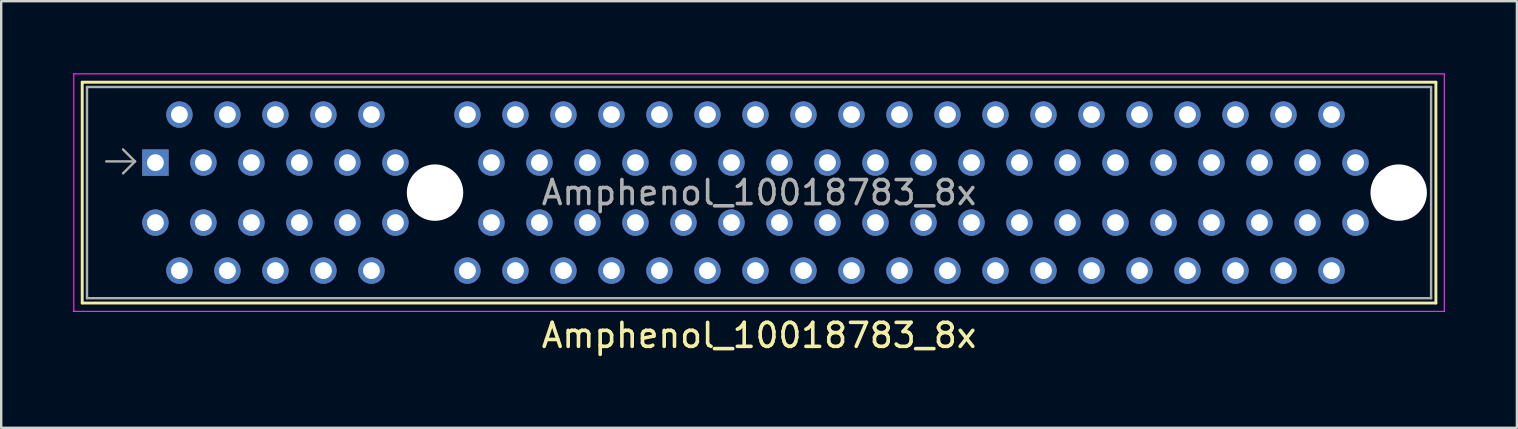
<source format=kicad_pcb>
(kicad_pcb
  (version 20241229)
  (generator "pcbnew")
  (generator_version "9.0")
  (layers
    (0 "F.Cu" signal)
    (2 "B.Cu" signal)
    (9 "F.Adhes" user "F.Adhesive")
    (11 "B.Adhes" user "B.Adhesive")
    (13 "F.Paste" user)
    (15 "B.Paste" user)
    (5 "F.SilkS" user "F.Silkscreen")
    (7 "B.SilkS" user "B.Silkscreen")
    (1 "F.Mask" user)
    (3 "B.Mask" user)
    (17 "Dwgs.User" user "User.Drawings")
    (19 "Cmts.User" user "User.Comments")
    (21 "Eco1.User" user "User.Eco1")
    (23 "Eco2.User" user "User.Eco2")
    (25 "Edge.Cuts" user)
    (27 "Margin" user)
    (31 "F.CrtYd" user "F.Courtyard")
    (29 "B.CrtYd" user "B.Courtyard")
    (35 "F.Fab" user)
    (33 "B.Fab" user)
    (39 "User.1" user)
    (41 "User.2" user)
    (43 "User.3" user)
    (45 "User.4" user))
  (footprint "Amphenol_10018783_8x"
    (layer "F.Cu")
    (at 3.425 3.725)
    (property "Reference" "Amphenol_10018783_8x" (at 25.15 7.2 0) (layer "F.SilkS") (effects (font (size 1 1) (thickness 0.15))))
    (attr through_hole)
    (fp_line (start -3.05 -3.35) (end -3.05 5.85) (stroke (width 0.12) (type solid)) (layer "F.SilkS"))
    (fp_line (start -3.05 5.85) (end 53.35 5.85) (stroke (width 0.12) (type solid)) (layer "F.SilkS"))
    (fp_line (start 53.35 -3.35) (end -3.05 -3.35) (stroke (width 0.12) (type solid)) (layer "F.SilkS"))
    (fp_line (start 53.35 5.85) (end 53.35 -3.35) (stroke (width 0.12) (type solid)) (layer "F.SilkS"))
    (fp_line (start -3.4 -3.7) (end -3.4 6.2) (stroke (width 0.05) (type solid)) (layer "F.CrtYd"))
    (fp_line (start -3.4 6.2) (end 53.7 6.2) (stroke (width 0.05) (type solid)) (layer "F.CrtYd"))
    (fp_line (start 53.7 -3.7) (end -3.4 -3.7) (stroke (width 0.05) (type solid)) (layer "F.CrtYd"))
    (fp_line (start 53.7 6.2) (end 53.7 -3.7) (stroke (width 0.05) (type solid)) (layer "F.CrtYd"))
    (fp_line (start -2.85 -3.15) (end -2.85 5.65) (stroke (width 0.1) (type solid)) (layer "F.Fab"))
    (fp_line (start -0.85 -0.05) (end -2.05 -0.05) (stroke (width 0.1) (type solid)) (layer "F.Fab"))
    (fp_line (start -0.85 -0.05) (end -1.35 -0.55) (stroke (width 0.1) (type solid)) (layer "F.Fab"))
    (fp_line (start -0.85 -0.05) (end -1.35 0.45) (stroke (width 0.1) (type solid)) (layer "F.Fab"))
    (fp_line (start 53.15 -3.15) (end -2.85 -3.15) (stroke (width 0.1) (type solid)) (layer "F.Fab"))
    (fp_line (start 53.15 -3.15) (end 53.15 5.65) (stroke (width 0.1) (type solid)) (layer "F.Fab"))
    (fp_line (start 53.15 5.65) (end -2.85 5.65) (stroke (width 0.1) (type solid)) (layer "F.Fab"))
    (fp_text user "${REFERENCE}" (at 25.15 1.25 0) (layer "F.Fab") (effects (font (size 1 1) (thickness 0.15))))
    (pad "" np_thru_hole circle (at 11.65 1.25) (size 2.35 2.35) (drill 2.35) (layers "*.Cu" "*.Mask"))
    (pad "" np_thru_hole circle (at 51.8 1.25) (size 2.35 2.35) (drill 2.35) (layers "*.Cu" "*.Mask"))
    (pad "A1" thru_hole rect (at 0 0) (size 1.1 1.1) (drill 0.7) (layers "*.Cu" "*.Mask"))
    (pad "A2" thru_hole circle (at 1 -2) (size 1.1 1.1) (drill 0.7) (layers "*.Cu" "*.Mask"))
    (pad "A3" thru_hole circle (at 2 0) (size 1.1 1.1) (drill 0.7) (layers "*.Cu" "*.Mask"))
    (pad "A4" thru_hole circle (at 3 -2) (size 1.1 1.1) (drill 0.7) (layers "*.Cu" "*.Mask"))
    (pad "A5" thru_hole circle (at 4 0) (size 1.1 1.1) (drill 0.7) (layers "*.Cu" "*.Mask"))
    (pad "A6" thru_hole circle (at 5 -2) (size 1.1 1.1) (drill 0.7) (layers "*.Cu" "*.Mask"))
    (pad "A7" thru_hole circle (at 6 0) (size 1.1 1.1) (drill 0.7) (layers "*.Cu" "*.Mask"))
    (pad "A8" thru_hole circle (at 7 -2) (size 1.1 1.1) (drill 0.7) (layers "*.Cu" "*.Mask"))
    (pad "A9" thru_hole circle (at 8 0) (size 1.1 1.1) (drill 0.7) (layers "*.Cu" "*.Mask"))
    (pad "A10" thru_hole circle (at 9 -2) (size 1.1 1.1) (drill 0.7) (layers "*.Cu" "*.Mask"))
    (pad "A11" thru_hole circle (at 10 0) (size 1.1 1.1) (drill 0.7) (layers "*.Cu" "*.Mask"))
    (pad "A12" thru_hole circle (at 13 -2) (size 1.1 1.1) (drill 0.7) (layers "*.Cu" "*.Mask"))
    (pad "A13" thru_hole circle (at 14 0) (size 1.1 1.1) (drill 0.7) (layers "*.Cu" "*.Mask"))
    (pad "A14" thru_hole circle (at 15 -2) (size 1.1 1.1) (drill 0.7) (layers "*.Cu" "*.Mask"))
    (pad "A15" thru_hole circle (at 16 0) (size 1.1 1.1) (drill 0.7) (layers "*.Cu" "*.Mask"))
    (pad "A16" thru_hole circle (at 17 -2) (size 1.1 1.1) (drill 0.7) (layers "*.Cu" "*.Mask"))
    (pad "A17" thru_hole circle (at 18 0) (size 1.1 1.1) (drill 0.7) (layers "*.Cu" "*.Mask"))
    (pad "A18" thru_hole circle (at 19 -2) (size 1.1 1.1) (drill 0.7) (layers "*.Cu" "*.Mask"))
    (pad "A19" thru_hole circle (at 20 0) (size 1.1 1.1) (drill 0.7) (layers "*.Cu" "*.Mask"))
    (pad "A20" thru_hole circle (at 21 -2) (size 1.1 1.1) (drill 0.7) (layers "*.Cu" "*.Mask"))
    (pad "A21" thru_hole circle (at 22 0) (size 1.1 1.1) (drill 0.7) (layers "*.Cu" "*.Mask"))
    (pad "A22" thru_hole circle (at 23 -2) (size 1.1 1.1) (drill 0.7) (layers "*.Cu" "*.Mask"))
    (pad "A23" thru_hole circle (at 24 0) (size 1.1 1.1) (drill 0.7) (layers "*.Cu" "*.Mask"))
    (pad "A24" thru_hole circle (at 25 -2) (size 1.1 1.1) (drill 0.7) (layers "*.Cu" "*.Mask"))
    (pad "A25" thru_hole circle (at 26 0) (size 1.1 1.1) (drill 0.7) (layers "*.Cu" "*.Mask"))
    (pad "A26" thru_hole circle (at 27 -2) (size 1.1 1.1) (drill 0.7) (layers "*.Cu" "*.Mask"))
    (pad "A27" thru_hole circle (at 28 0) (size 1.1 1.1) (drill 0.7) (layers "*.Cu" "*.Mask"))
    (pad "A28" thru_hole circle (at 29 -2) (size 1.1 1.1) (drill 0.7) (layers "*.Cu" "*.Mask"))
    (pad "A29" thru_hole circle (at 30 0) (size 1.1 1.1) (drill 0.7) (layers "*.Cu" "*.Mask"))
    (pad "A30" thru_hole circle (at 31 -2) (size 1.1 1.1) (drill 0.7) (layers "*.Cu" "*.Mask"))
    (pad "A31" thru_hole circle (at 32 0) (size 1.1 1.1) (drill 0.7) (layers "*.Cu" "*.Mask"))
    (pad "A32" thru_hole circle (at 33 -2) (size 1.1 1.1) (drill 0.7) (layers "*.Cu" "*.Mask"))
    (pad "A33" thru_hole circle (at 34 0) (size 1.1 1.1) (drill 0.7) (layers "*.Cu" "*.Mask"))
    (pad "A34" thru_hole circle (at 35 -2) (size 1.1 1.1) (drill 0.7) (layers "*.Cu" "*.Mask"))
    (pad "A35" thru_hole circle (at 36 0) (size 1.1 1.1) (drill 0.7) (layers "*.Cu" "*.Mask"))
    (pad "A36" thru_hole circle (at 37 -2) (size 1.1 1.1) (drill 0.7) (layers "*.Cu" "*.Mask"))
    (pad "A37" thru_hole circle (at 38 0) (size 1.1 1.1) (drill 0.7) (layers "*.Cu" "*.Mask"))
    (pad "A38" thru_hole circle (at 39 -2) (size 1.1 1.1) (drill 0.7) (layers "*.Cu" "*.Mask"))
    (pad "A39" thru_hole circle (at 40 0) (size 1.1 1.1) (drill 0.7) (layers "*.Cu" "*.Mask"))
    (pad "A40" thru_hole circle (at 41 -2) (size 1.1 1.1) (drill 0.7) (layers "*.Cu" "*.Mask"))
    (pad "A41" thru_hole circle (at 42 0) (size 1.1 1.1) (drill 0.7) (layers "*.Cu" "*.Mask"))
    (pad "A42" thru_hole circle (at 43 -2) (size 1.1 1.1) (drill 0.7) (layers "*.Cu" "*.Mask"))
    (pad "A43" thru_hole circle (at 44 0) (size 1.1 1.1) (drill 0.7) (layers "*.Cu" "*.Mask"))
    (pad "A44" thru_hole circle (at 45 -2) (size 1.1 1.1) (drill 0.7) (layers "*.Cu" "*.Mask"))
    (pad "A45" thru_hole circle (at 46 0) (size 1.1 1.1) (drill 0.7) (layers "*.Cu" "*.Mask"))
    (pad "A46" thru_hole circle (at 47 -2) (size 1.1 1.1) (drill 0.7) (layers "*.Cu" "*.Mask"))
    (pad "A47" thru_hole circle (at 48 0) (size 1.1 1.1) (drill 0.7) (layers "*.Cu" "*.Mask"))
    (pad "A48" thru_hole circle (at 49 -2) (size 1.1 1.1) (drill 0.7) (layers "*.Cu" "*.Mask"))
    (pad "A49" thru_hole circle (at 50 0) (size 1.1 1.1) (drill 0.7) (layers "*.Cu" "*.Mask"))
    (pad "B1" thru_hole circle (at 0 2.5) (size 1.1 1.1) (drill 0.7) (layers "*.Cu" "*.Mask"))
    (pad "B2" thru_hole circle (at 1 4.5) (size 1.1 1.1) (drill 0.7) (layers "*.Cu" "*.Mask"))
    (pad "B3" thru_hole circle (at 2 2.5) (size 1.1 1.1) (drill 0.7) (layers "*.Cu" "*.Mask"))
    (pad "B4" thru_hole circle (at 3 4.5) (size 1.1 1.1) (drill 0.7) (layers "*.Cu" "*.Mask"))
    (pad "B5" thru_hole circle (at 4 2.5) (size 1.1 1.1) (drill 0.7) (layers "*.Cu" "*.Mask"))
    (pad "B6" thru_hole circle (at 5 4.5) (size 1.1 1.1) (drill 0.7) (layers "*.Cu" "*.Mask"))
    (pad "B7" thru_hole circle (at 6 2.5) (size 1.1 1.1) (drill 0.7) (layers "*.Cu" "*.Mask"))
    (pad "B8" thru_hole circle (at 7 4.5) (size 1.1 1.1) (drill 0.7) (layers "*.Cu" "*.Mask"))
    (pad "B9" thru_hole circle (at 8 2.5) (size 1.1 1.1) (drill 0.7) (layers "*.Cu" "*.Mask"))
    (pad "B10" thru_hole circle (at 9 4.5) (size 1.1 1.1) (drill 0.7) (layers "*.Cu" "*.Mask"))
    (pad "B11" thru_hole circle (at 10 2.5) (size 1.1 1.1) (drill 0.7) (layers "*.Cu" "*.Mask"))
    (pad "B12" thru_hole circle (at 13 4.5) (size 1.1 1.1) (drill 0.7) (layers "*.Cu" "*.Mask"))
    (pad "B13" thru_hole circle (at 14 2.5) (size 1.1 1.1) (drill 0.7) (layers "*.Cu" "*.Mask"))
    (pad "B14" thru_hole circle (at 15 4.5) (size 1.1 1.1) (drill 0.7) (layers "*.Cu" "*.Mask"))
    (pad "B15" thru_hole circle (at 16 2.5) (size 1.1 1.1) (drill 0.7) (layers "*.Cu" "*.Mask"))
    (pad "B16" thru_hole circle (at 17 4.5) (size 1.1 1.1) (drill 0.7) (layers "*.Cu" "*.Mask"))
    (pad "B17" thru_hole circle (at 18 2.5) (size 1.1 1.1) (drill 0.7) (layers "*.Cu" "*.Mask"))
    (pad "B18" thru_hole circle (at 19 4.5) (size 1.1 1.1) (drill 0.7) (layers "*.Cu" "*.Mask"))
    (pad "B19" thru_hole circle (at 20 2.5) (size 1.1 1.1) (drill 0.7) (layers "*.Cu" "*.Mask"))
    (pad "B20" thru_hole circle (at 21 4.5) (size 1.1 1.1) (drill 0.7) (layers "*.Cu" "*.Mask"))
    (pad "B21" thru_hole circle (at 22 2.5) (size 1.1 1.1) (drill 0.7) (layers "*.Cu" "*.Mask"))
    (pad "B22" thru_hole circle (at 23 4.5) (size 1.1 1.1) (drill 0.7) (layers "*.Cu" "*.Mask"))
    (pad "B23" thru_hole circle (at 24 2.5) (size 1.1 1.1) (drill 0.7) (layers "*.Cu" "*.Mask"))
    (pad "B24" thru_hole circle (at 25 4.5) (size 1.1 1.1) (drill 0.7) (layers "*.Cu" "*.Mask"))
    (pad "B25" thru_hole circle (at 26 2.5) (size 1.1 1.1) (drill 0.7) (layers "*.Cu" "*.Mask"))
    (pad "B26" thru_hole circle (at 27 4.5) (size 1.1 1.1) (drill 0.7) (layers "*.Cu" "*.Mask"))
    (pad "B27" thru_hole circle (at 28 2.5) (size 1.1 1.1) (drill 0.7) (layers "*.Cu" "*.Mask"))
    (pad "B28" thru_hole circle (at 29 4.5) (size 1.1 1.1) (drill 0.7) (layers "*.Cu" "*.Mask"))
    (pad "B29" thru_hole circle (at 30 2.5) (size 1.1 1.1) (drill 0.7) (layers "*.Cu" "*.Mask"))
    (pad "B30" thru_hole circle (at 31 4.5) (size 1.1 1.1) (drill 0.7) (layers "*.Cu" "*.Mask"))
    (pad "B31" thru_hole circle (at 32 2.5) (size 1.1 1.1) (drill 0.7) (layers "*.Cu" "*.Mask"))
    (pad "B32" thru_hole circle (at 33 4.5) (size 1.1 1.1) (drill 0.7) (layers "*.Cu" "*.Mask"))
    (pad "B33" thru_hole circle (at 34 2.5) (size 1.1 1.1) (drill 0.7) (layers "*.Cu" "*.Mask"))
    (pad "B34" thru_hole circle (at 35 4.5) (size 1.1 1.1) (drill 0.7) (layers "*.Cu" "*.Mask"))
    (pad "B35" thru_hole circle (at 36 2.5) (size 1.1 1.1) (drill 0.7) (layers "*.Cu" "*.Mask"))
    (pad "B36" thru_hole circle (at 37 4.5) (size 1.1 1.1) (drill 0.7) (layers "*.Cu" "*.Mask"))
    (pad "B37" thru_hole circle (at 38 2.5) (size 1.1 1.1) (drill 0.7) (layers "*.Cu" "*.Mask"))
    (pad "B38" thru_hole circle (at 39 4.5) (size 1.1 1.1) (drill 0.7) (layers "*.Cu" "*.Mask"))
    (pad "B39" thru_hole circle (at 40 2.5) (size 1.1 1.1) (drill 0.7) (layers "*.Cu" "*.Mask"))
    (pad "B40" thru_hole circle (at 41 4.5) (size 1.1 1.1) (drill 0.7) (layers "*.Cu" "*.Mask"))
    (pad "B41" thru_hole circle (at 42 2.5) (size 1.1 1.1) (drill 0.7) (layers "*.Cu" "*.Mask"))
    (pad "B42" thru_hole circle (at 43 4.5) (size 1.1 1.1) (drill 0.7) (layers "*.Cu" "*.Mask"))
    (pad "B43" thru_hole circle (at 44 2.5) (size 1.1 1.1) (drill 0.7) (layers "*.Cu" "*.Mask"))
    (pad "B44" thru_hole circle (at 45 4.5) (size 1.1 1.1) (drill 0.7) (layers "*.Cu" "*.Mask"))
    (pad "B45" thru_hole circle (at 46 2.5) (size 1.1 1.1) (drill 0.7) (layers "*.Cu" "*.Mask"))
    (pad "B46" thru_hole circle (at 47 4.5) (size 1.1 1.1) (drill 0.7) (layers "*.Cu" "*.Mask"))
    (pad "B47" thru_hole circle (at 48 2.5) (size 1.1 1.1) (drill 0.7) (layers "*.Cu" "*.Mask"))
    (pad "B48" thru_hole circle (at 49 4.5) (size 1.1 1.1) (drill 0.7) (layers "*.Cu" "*.Mask"))
    (pad "B49" thru_hole circle (at 50 2.5) (size 1.1 1.1) (drill 0.7) (layers "*.Cu" "*.Mask")))
  (gr_rect
    (start -3 -3)
    (end 60.15 14.773)
    (stroke (width 0.1) (type default))
    (fill no)
    (layer "Edge.Cuts")))
</source>
